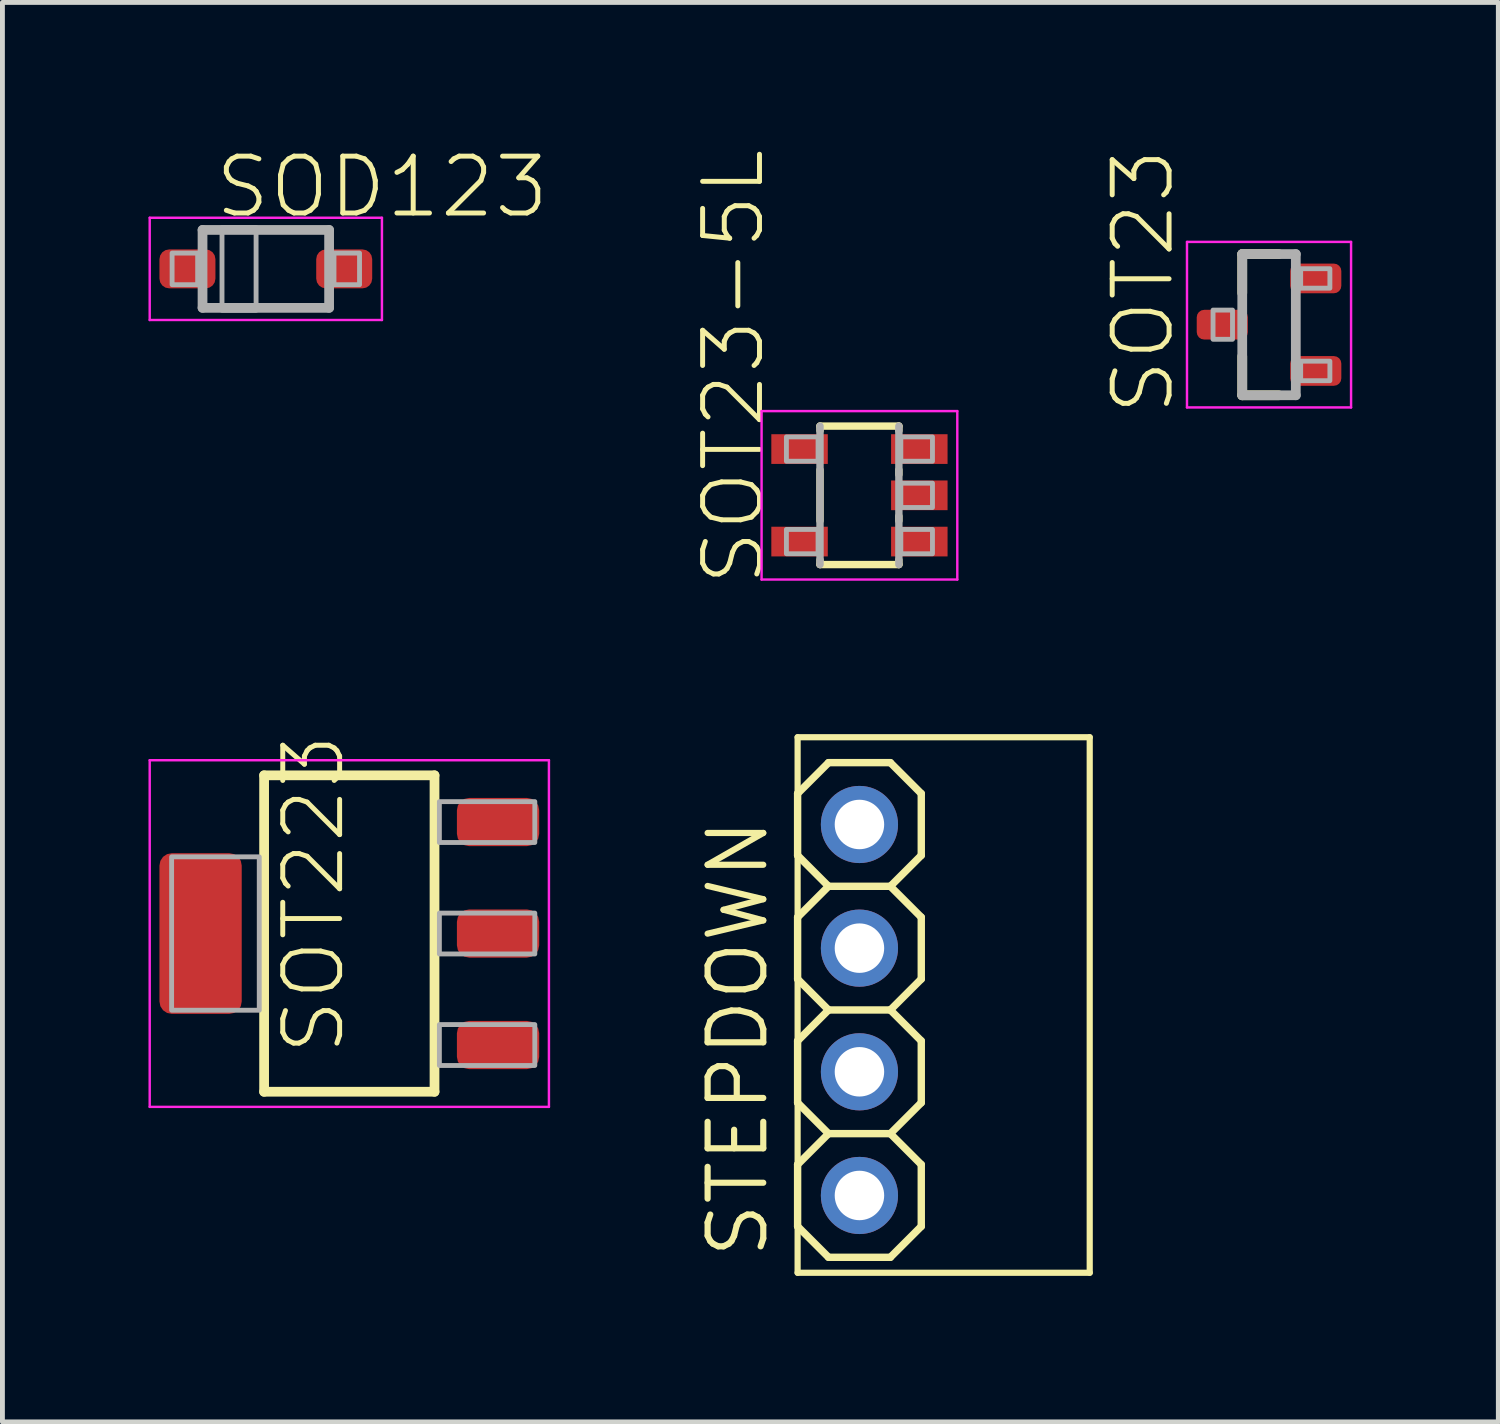
<source format=kicad_pcb>
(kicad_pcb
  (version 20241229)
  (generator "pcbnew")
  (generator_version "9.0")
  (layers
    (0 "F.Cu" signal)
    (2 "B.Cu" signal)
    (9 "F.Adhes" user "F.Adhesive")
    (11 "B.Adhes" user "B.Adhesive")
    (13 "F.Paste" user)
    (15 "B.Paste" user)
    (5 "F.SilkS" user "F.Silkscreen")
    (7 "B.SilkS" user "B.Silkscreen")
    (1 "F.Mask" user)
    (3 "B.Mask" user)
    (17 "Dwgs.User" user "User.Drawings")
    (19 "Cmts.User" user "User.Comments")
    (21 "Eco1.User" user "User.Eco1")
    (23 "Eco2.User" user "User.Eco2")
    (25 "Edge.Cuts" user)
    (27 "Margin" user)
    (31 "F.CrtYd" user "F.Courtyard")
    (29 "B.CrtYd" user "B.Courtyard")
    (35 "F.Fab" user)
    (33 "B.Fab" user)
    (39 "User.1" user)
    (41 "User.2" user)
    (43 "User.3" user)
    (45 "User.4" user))
  (footprint "SOD123"
    (layer "F.Cu")
    (at 2.41 2.473)
    (property "Reference" "SOD123" (at -1.1 -1 0) (layer "F.SilkS") (effects (font (size 1.168 1.168) (thickness 0.102)) (justify left bottom)))
    (fp_line (start -2.385 -1.05) (end -2.385 1.05) (stroke (width 0.05) (type solid)) (layer "F.CrtYd"))
    (fp_line (start -2.385 1.05) (end 2.385 1.05) (stroke (width 0.05) (type solid)) (layer "F.CrtYd"))
    (fp_line (start 2.385 -1.05) (end -2.385 -1.05) (stroke (width 0.05) (type solid)) (layer "F.CrtYd"))
    (fp_line (start 2.385 1.05) (end 2.385 -1.05) (stroke (width 0.05) (type solid)) (layer "F.CrtYd"))
    (fp_line (start -1.3 -0.8) (end 1.3 -0.8) (stroke (width 0.2) (type solid)) (layer "F.Fab"))
    (fp_line (start -1.3 0.8) (end -1.3 -0.8) (stroke (width 0.2) (type solid)) (layer "F.Fab"))
    (fp_line (start 1.3 -0.8) (end 1.3 0.8) (stroke (width 0.2) (type solid)) (layer "F.Fab"))
    (fp_line (start 1.3 0.8) (end -1.3 0.8) (stroke (width 0.2) (type solid)) (layer "F.Fab"))
    (fp_poly (pts (xy -1.925 0.325) (xy -1.4 0.325) (xy -1.4 -0.325) (xy -1.925 -0.325)) (stroke (width 0.1) (type solid)) (fill no) (layer "F.Fab"))
    (fp_poly (pts (xy -0.9 0.85) (xy -0.2 0.85) (xy -0.2 -0.85) (xy -0.9 -0.85)) (stroke (width 0.1) (type solid)) (fill no) (layer "F.Fab"))
    (fp_poly (pts (xy 1.4 0.325) (xy 1.925 0.325) (xy 1.925 -0.325) (xy 1.4 -0.325)) (stroke (width 0.1) (type solid)) (fill no) (layer "F.Fab"))
    (pad "A" smd roundrect (at 1.61 0) (size 1.15 0.8) (layers "F.Cu" "F.Mask" "F.Paste") (roundrect_rratio 0.25))
    (pad "C" smd roundrect (at -1.61 0 180) (size 1.15 0.8) (layers "F.Cu" "F.Mask" "F.Paste") (roundrect_rratio 0.25)))
  (footprint "STEPDOWN"
    (layer "F.Cu")
    (at 13.333 22.775)
    (property "Reference" "STEPDOWN" (at -0.559 0.076 90) (layer "F.SilkS") (effects (font (size 1.143 1.143) (thickness 0.127)) (justify left bottom)))
    (fp_line (start 0 -10.682) (end 6 -10.682) (stroke (width 0.127) (type solid)) (layer "F.SilkS"))
    (fp_line (start 0 -9.525) (end 0.635 -10.16) (stroke (width 0.152) (type solid)) (layer "F.SilkS"))
    (fp_line (start 0 -8.255) (end 0 -9.525) (stroke (width 0.152) (type solid)) (layer "F.SilkS"))
    (fp_line (start 0 -8.255) (end 0.635 -7.62) (stroke (width 0.152) (type solid)) (layer "F.SilkS"))
    (fp_line (start 0 -6.985) (end 0.635 -7.62) (stroke (width 0.152) (type solid)) (layer "F.SilkS"))
    (fp_line (start 0 -5.715) (end 0 -6.985) (stroke (width 0.152) (type solid)) (layer "F.SilkS"))
    (fp_line (start 0 -4.445) (end 0.635 -5.08) (stroke (width 0.152) (type solid)) (layer "F.SilkS"))
    (fp_line (start 0 -3.175) (end 0 -4.445) (stroke (width 0.152) (type solid)) (layer "F.SilkS"))
    (fp_line (start 0 -1.905) (end 0.635 -2.54) (stroke (width 0.152) (type solid)) (layer "F.SilkS"))
    (fp_line (start 0 -0.635) (end 0 -1.905) (stroke (width 0.152) (type solid)) (layer "F.SilkS"))
    (fp_line (start 0 -0.635) (end 0.635 0) (stroke (width 0.152) (type solid)) (layer "F.SilkS"))
    (fp_line (start 0 0.318) (end 0 -10.682) (stroke (width 0.127) (type solid)) (layer "F.SilkS"))
    (fp_line (start 0.635 -10.16) (end 1.905 -10.16) (stroke (width 0.152) (type solid)) (layer "F.SilkS"))
    (fp_line (start 0.635 -7.62) (end 1.905 -7.62) (stroke (width 0.152) (type solid)) (layer "F.SilkS"))
    (fp_line (start 0.635 -5.08) (end 0 -5.715) (stroke (width 0.152) (type solid)) (layer "F.SilkS"))
    (fp_line (start 0.635 -5.08) (end 1.905 -5.08) (stroke (width 0.152) (type solid)) (layer "F.SilkS"))
    (fp_line (start 0.635 -2.54) (end 0 -3.175) (stroke (width 0.152) (type solid)) (layer "F.SilkS"))
    (fp_line (start 0.635 -2.54) (end 1.905 -2.54) (stroke (width 0.152) (type solid)) (layer "F.SilkS"))
    (fp_line (start 0.635 0) (end 1.905 0) (stroke (width 0.152) (type solid)) (layer "F.SilkS"))
    (fp_line (start 1.905 -10.16) (end 2.54 -9.525) (stroke (width 0.152) (type solid)) (layer "F.SilkS"))
    (fp_line (start 1.905 -7.62) (end 2.54 -8.255) (stroke (width 0.152) (type solid)) (layer "F.SilkS"))
    (fp_line (start 1.905 -7.62) (end 2.54 -6.985) (stroke (width 0.152) (type solid)) (layer "F.SilkS"))
    (fp_line (start 1.905 -5.08) (end 2.54 -4.445) (stroke (width 0.152) (type solid)) (layer "F.SilkS"))
    (fp_line (start 1.905 -2.54) (end 2.54 -1.905) (stroke (width 0.152) (type solid)) (layer "F.SilkS"))
    (fp_line (start 1.905 0) (end 2.54 -0.635) (stroke (width 0.152) (type solid)) (layer "F.SilkS"))
    (fp_line (start 2.54 -9.525) (end 2.54 -8.255) (stroke (width 0.152) (type solid)) (layer "F.SilkS"))
    (fp_line (start 2.54 -6.985) (end 2.54 -5.715) (stroke (width 0.152) (type solid)) (layer "F.SilkS"))
    (fp_line (start 2.54 -5.715) (end 1.905 -5.08) (stroke (width 0.152) (type solid)) (layer "F.SilkS"))
    (fp_line (start 2.54 -4.445) (end 2.54 -3.175) (stroke (width 0.152) (type solid)) (layer "F.SilkS"))
    (fp_line (start 2.54 -3.175) (end 1.905 -2.54) (stroke (width 0.152) (type solid)) (layer "F.SilkS"))
    (fp_line (start 2.54 -1.905) (end 2.54 -0.635) (stroke (width 0.152) (type solid)) (layer "F.SilkS"))
    (fp_line (start 6 0.318) (end 0 0.318) (stroke (width 0.127) (type solid)) (layer "F.SilkS"))
    (fp_line (start 6 0.318) (end 6 -10.682) (stroke (width 0.127) (type solid)) (layer "F.SilkS"))
    (fp_poly (pts (xy 1.524 -8.636) (xy 1.524 -9.144) (xy 1.016 -9.144) (xy 1.016 -8.636)) (stroke (width 0.1) (type solid)) (fill no) (layer "F.Fab"))
    (fp_poly (pts (xy 1.524 -6.096) (xy 1.524 -6.604) (xy 1.016 -6.604) (xy 1.016 -6.096)) (stroke (width 0.1) (type solid)) (fill no) (layer "F.Fab"))
    (fp_poly (pts (xy 1.524 -3.556) (xy 1.524 -4.064) (xy 1.016 -4.064) (xy 1.016 -3.556)) (stroke (width 0.1) (type solid)) (fill no) (layer "F.Fab"))
    (fp_poly (pts (xy 1.524 -1.016) (xy 1.524 -1.524) (xy 1.016 -1.524) (xy 1.016 -1.016)) (stroke (width 0.1) (type solid)) (fill no) (layer "F.Fab"))
    (pad "EN" thru_hole circle (at 1.27 -8.89 180) (size 1.585 1.585) (drill 1.016) (layers "*.Cu" "*.Mask"))
    (pad "GND" thru_hole circle (at 1.27 -3.81 180) (size 1.585 1.585) (drill 1.016) (layers "*.Cu" "*.Mask"))
    (pad "IN" thru_hole circle (at 1.27 -6.35 180) (size 1.585 1.585) (drill 1.016) (layers "*.Cu" "*.Mask"))
    (pad "OUT" thru_hole circle (at 1.27 -1.27 180) (size 1.585 1.585) (drill 1.016) (layers "*.Cu" "*.Mask")))
  (footprint "SOT23"
    (layer "F.Cu")
    (at 23.016 3.619)
    (property "Reference" "SOT23" (at -1.905 1.905 90) (layer "F.SilkS") (effects (font (size 1.168 1.168) (thickness 0.102)) (justify left bottom)))
    (fp_line (start -0.55 -1.45) (end 0.2 -1.45) (stroke (width 0.2) (type solid)) (layer "F.SilkS"))
    (fp_line (start -0.55 -0.65) (end -0.55 -1.45) (stroke (width 0.2) (type solid)) (layer "F.SilkS"))
    (fp_line (start -0.55 1.45) (end -0.55 0.65) (stroke (width 0.2) (type solid)) (layer "F.SilkS"))
    (fp_line (start 0.2 1.45) (end -0.55 1.45) (stroke (width 0.2) (type solid)) (layer "F.SilkS"))
    (fp_line (start -1.685 -1.7) (end -1.685 1.7) (stroke (width 0.05) (type solid)) (layer "F.CrtYd"))
    (fp_line (start -1.685 1.7) (end 1.685 1.7) (stroke (width 0.05) (type solid)) (layer "F.CrtYd"))
    (fp_line (start 1.685 -1.7) (end -1.685 -1.7) (stroke (width 0.05) (type solid)) (layer "F.CrtYd"))
    (fp_line (start 1.685 1.7) (end 1.685 -1.7) (stroke (width 0.05) (type solid)) (layer "F.CrtYd"))
    (fp_line (start -0.55 -1.45) (end 0.55 -1.45) (stroke (width 0.2) (type solid)) (layer "F.Fab"))
    (fp_line (start -0.55 1.45) (end -0.55 -1.45) (stroke (width 0.2) (type solid)) (layer "F.Fab"))
    (fp_line (start 0.55 -1.45) (end 0.55 1.45) (stroke (width 0.2) (type solid)) (layer "F.Fab"))
    (fp_line (start 0.55 1.45) (end -0.55 1.45) (stroke (width 0.2) (type solid)) (layer "F.Fab"))
    (fp_poly (pts (xy -0.75 -0.3) (xy -1.15 -0.3) (xy -1.15 0.3) (xy -0.75 0.3)) (stroke (width 0.1) (type solid)) (fill no) (layer "F.Fab"))
    (fp_poly (pts (xy 1.25 -0.75) (xy 1.25 -1.15) (xy 0.65 -1.15) (xy 0.65 -0.75)) (stroke (width 0.1) (type solid)) (fill no) (layer "F.Fab"))
    (fp_poly (pts (xy 1.25 1.15) (xy 1.25 0.75) (xy 0.65 0.75) (xy 0.65 1.15)) (stroke (width 0.1) (type solid)) (fill no) (layer "F.Fab"))
    (pad "1" smd roundrect (at 0.96 0.95) (size 1.05 0.61) (layers "F.Cu" "F.Mask" "F.Paste") (roundrect_rratio 0.25))
    (pad "2" smd roundrect (at 0.96 -0.95) (size 1.05 0.61) (layers "F.Cu" "F.Mask" "F.Paste") (roundrect_rratio 0.25))
    (pad "3" smd roundrect (at -0.96 0 180) (size 1.05 0.61) (layers "F.Cu" "F.Mask" "F.Paste") (roundrect_rratio 0.25)))
  (footprint "SOT23-5L"
    (layer "F.Cu")
    (at 14.603 7.124)
    (property "Reference" "SOT23-5L" (at -1.905 1.905 90) (layer "F.SilkS") (effects (font (size 1.168 1.168) (thickness 0.102)) (justify left bottom)))
    (fp_line (start -0.81 -1.422) (end 0.81 -1.422) (stroke (width 0.152) (type solid)) (layer "F.SilkS"))
    (fp_line (start -0.81 -1.328) (end -0.81 -1.422) (stroke (width 0.152) (type solid)) (layer "F.SilkS"))
    (fp_line (start -0.81 0.522) (end -0.81 -0.522) (stroke (width 0.152) (type solid)) (layer "F.SilkS"))
    (fp_line (start -0.81 1.422) (end -0.81 1.328) (stroke (width 0.152) (type solid)) (layer "F.SilkS"))
    (fp_line (start 0.81 -1.422) (end 0.81 -1.328) (stroke (width 0.152) (type solid)) (layer "F.SilkS"))
    (fp_line (start 0.81 -0.522) (end 0.81 -0.428) (stroke (width 0.152) (type solid)) (layer "F.SilkS"))
    (fp_line (start 0.81 0.428) (end 0.81 0.522) (stroke (width 0.152) (type solid)) (layer "F.SilkS"))
    (fp_line (start 0.81 1.328) (end 0.81 1.422) (stroke (width 0.152) (type solid)) (layer "F.SilkS"))
    (fp_line (start 0.81 1.422) (end -0.81 1.422) (stroke (width 0.152) (type solid)) (layer "F.SilkS"))
    (fp_line (start -2.01 -1.73) (end -2.01 1.73) (stroke (width 0.05) (type solid)) (layer "F.CrtYd"))
    (fp_line (start -2.01 1.73) (end 2.01 1.73) (stroke (width 0.05) (type solid)) (layer "F.CrtYd"))
    (fp_line (start 2.01 -1.73) (end -2.01 -1.73) (stroke (width 0.05) (type solid)) (layer "F.CrtYd"))
    (fp_line (start 2.01 1.73) (end 2.01 -1.73) (stroke (width 0.05) (type solid)) (layer "F.CrtYd"))
    (fp_line (start -0.81 1.422) (end -0.81 -1.422) (stroke (width 0.152) (type solid)) (layer "F.Fab"))
    (fp_line (start 0.81 -1.422) (end 0.81 1.422) (stroke (width 0.152) (type solid)) (layer "F.Fab"))
    (fp_poly (pts (xy -0.85 -0.7) (xy -0.85 -1.2) (xy -1.5 -1.2) (xy -1.5 -0.7)) (stroke (width 0.1) (type solid)) (fill no) (layer "F.Fab"))
    (fp_poly (pts (xy -0.85 1.2) (xy -0.85 0.7) (xy -1.5 0.7) (xy -1.5 1.2)) (stroke (width 0.1) (type solid)) (fill no) (layer "F.Fab"))
    (fp_poly (pts (xy 1.5 -0.7) (xy 1.5 -1.2) (xy 0.85 -1.2) (xy 0.85 -0.7)) (stroke (width 0.1) (type solid)) (fill no) (layer "F.Fab"))
    (fp_poly (pts (xy 1.5 0.25) (xy 1.5 -0.25) (xy 0.85 -0.25) (xy 0.85 0.25)) (stroke (width 0.1) (type solid)) (fill no) (layer "F.Fab"))
    (fp_poly (pts (xy 1.5 1.2) (xy 1.5 0.7) (xy 0.85 0.7) (xy 0.85 1.2)) (stroke (width 0.1) (type solid)) (fill no) (layer "F.Fab"))
    (pad "1" smd rect (at 1.23 0.95) (size 1.16 0.61) (layers "F.Cu" "F.Mask" "F.Paste"))
    (pad "2" smd rect (at 1.23 0) (size 1.16 0.61) (layers "F.Cu" "F.Mask" "F.Paste"))
    (pad "3" smd rect (at 1.23 -0.95) (size 1.16 0.61) (layers "F.Cu" "F.Mask" "F.Paste"))
    (pad "4" smd rect (at -1.23 -0.95 180) (size 1.16 0.61) (layers "F.Cu" "F.Mask" "F.Paste"))
    (pad "5" smd rect (at -1.23 0.95 180) (size 1.16 0.61) (layers "F.Cu" "F.Mask" "F.Paste")))
  (footprint "SOT223"
    (layer "F.Cu")
    (at 4.125 16.125)
    (property "Reference" "SOT223" (at -0.051 2.54 90) (layer "F.SilkS") (effects (font (size 1.168 1.168) (thickness 0.102)) (justify left bottom)))
    (fp_line (start -1.75 -3.25) (end 1.75 -3.25) (stroke (width 0.2) (type solid)) (layer "F.SilkS"))
    (fp_line (start -1.75 3.25) (end -1.75 -3.25) (stroke (width 0.2) (type solid)) (layer "F.SilkS"))
    (fp_line (start 1.75 -3.25) (end 1.75 3.25) (stroke (width 0.2) (type solid)) (layer "F.SilkS"))
    (fp_line (start 1.75 3.25) (end -1.75 3.25) (stroke (width 0.2) (type solid)) (layer "F.SilkS"))
    (fp_line (start -4.1 -3.56) (end 4.1 -3.56) (stroke (width 0.05) (type solid)) (layer "F.CrtYd"))
    (fp_line (start -4.1 3.56) (end -4.1 -3.56) (stroke (width 0.05) (type solid)) (layer "F.CrtYd"))
    (fp_line (start 4.1 -3.56) (end 4.1 3.56) (stroke (width 0.05) (type solid)) (layer "F.CrtYd"))
    (fp_line (start 4.1 3.56) (end -4.1 3.56) (stroke (width 0.05) (type solid)) (layer "F.CrtYd"))
    (fp_poly (pts (xy -1.85 1.575) (xy -1.85 -1.575) (xy -3.65 -1.575) (xy -3.65 1.575)) (stroke (width 0.1) (type solid)) (fill no) (layer "F.Fab"))
    (fp_poly (pts (xy 3.81 -1.87) (xy 3.81 -2.71) (xy 1.85 -2.71) (xy 1.85 -1.87)) (stroke (width 0.1) (type solid)) (fill no) (layer "F.Fab"))
    (fp_poly (pts (xy 3.81 0.42) (xy 3.81 -0.42) (xy 1.85 -0.42) (xy 1.85 0.42)) (stroke (width 0.1) (type solid)) (fill no) (layer "F.Fab"))
    (fp_poly (pts (xy 3.81 2.71) (xy 3.81 1.87) (xy 1.85 1.87) (xy 1.85 2.71)) (stroke (width 0.1) (type solid)) (fill no) (layer "F.Fab"))
    (pad "1" smd roundrect (at 3.055 2.29) (size 1.69 0.99) (layers "F.Cu" "F.Mask" "F.Paste") (roundrect_rratio 0.255))
    (pad "2" smd roundrect (at 3.055 0) (size 1.69 0.99) (layers "F.Cu" "F.Mask" "F.Paste") (roundrect_rratio 0.255))
    (pad "3" smd roundrect (at 3.055 -2.29) (size 1.69 0.99) (layers "F.Cu" "F.Mask" "F.Paste") (roundrect_rratio 0.255))
    (pad "4" smd roundrect (at -3.055 0 180) (size 1.69 3.3) (layers "F.Cu" "F.Mask" "F.Paste") (roundrect_rratio 0.15)))
  (gr_rect
    (start -3 -3)
    (end 27.726 26.156)
    (stroke (width 0.1) (type default))
    (fill no)
    (layer "Edge.Cuts")))
</source>
